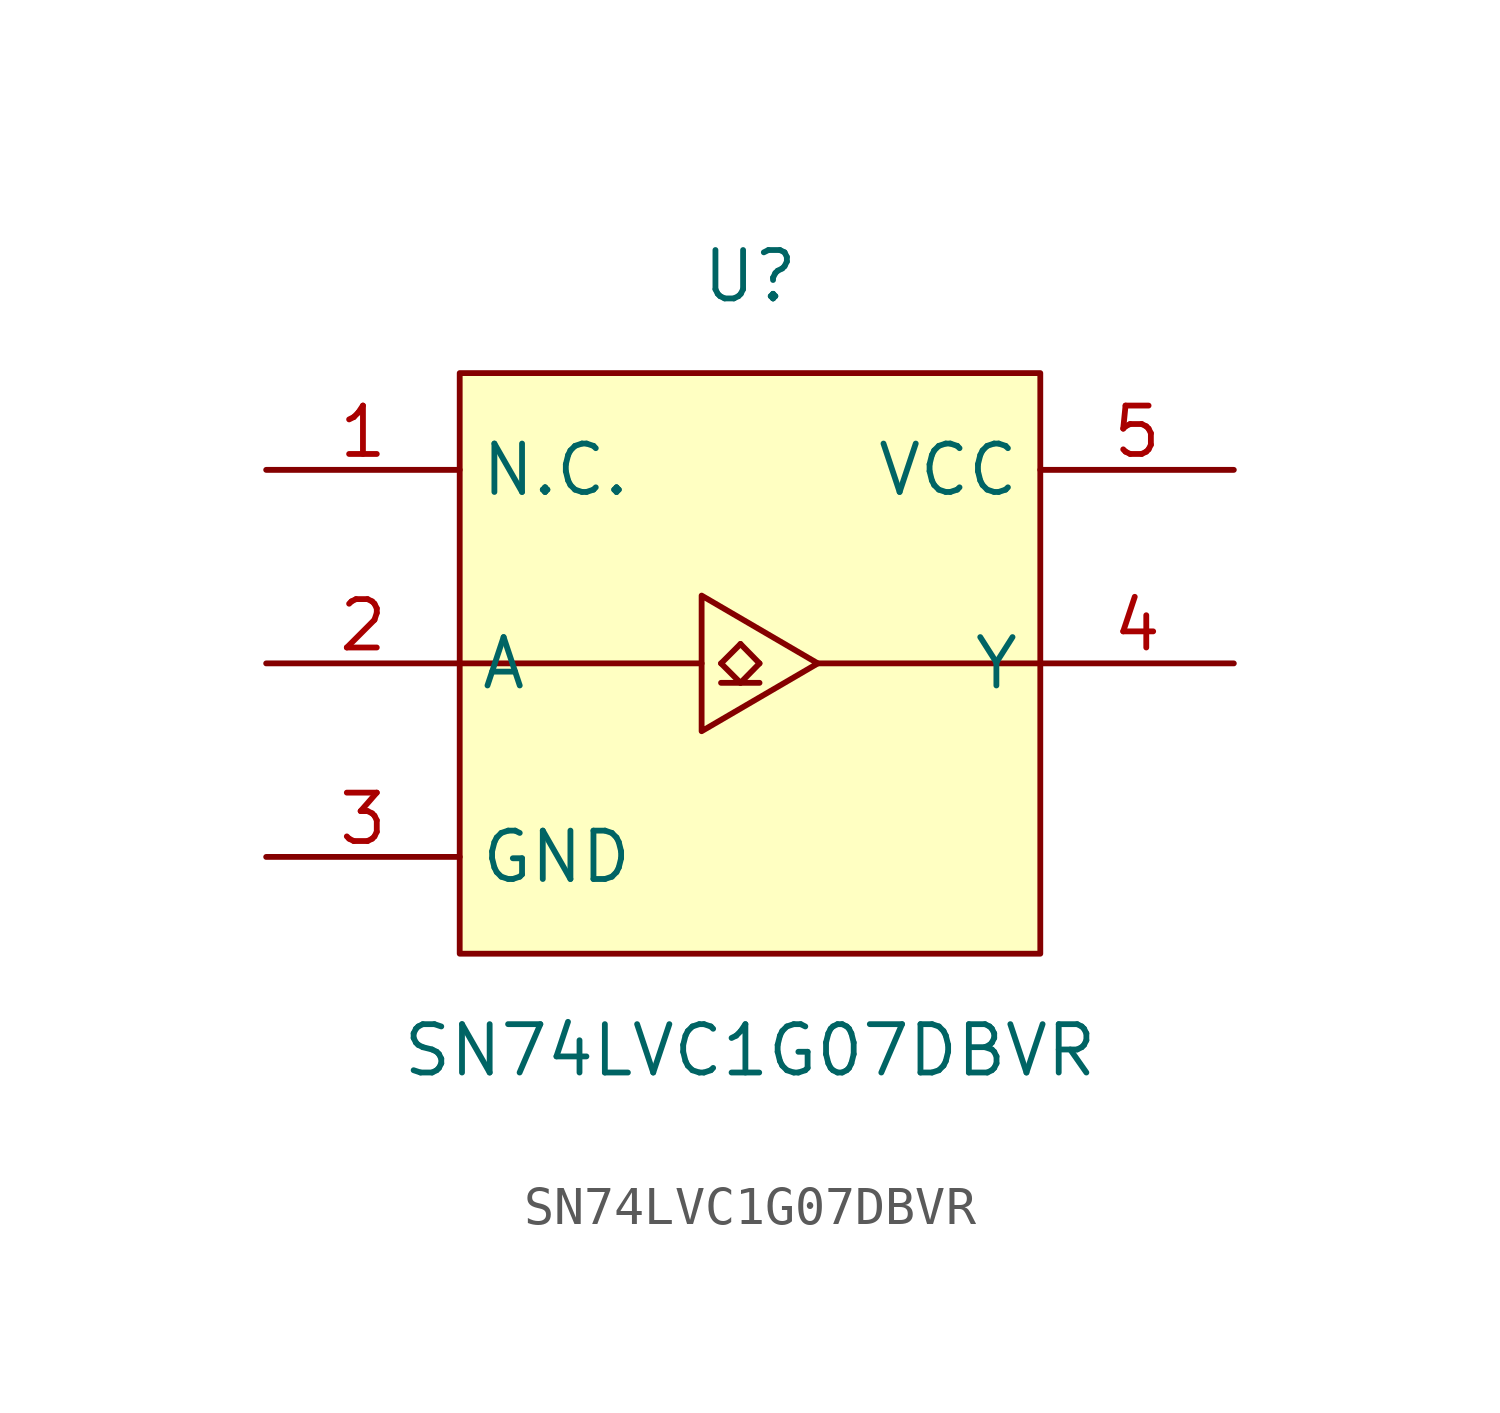
<source format=kicad_sym>
(kicad_symbol_lib
  (version 1)
  (generator "faebryk")
  (symbol "SN74LVC1G07DBVR"
    (property "Reference" "U"
      (at 0 10.16 0)
      (effects (font (size 1.27 1.27)) (hide no)))
    (property "Value" "SN74LVC1G07DBVR"
      (at 0 -10.16 0)
      (effects (font (size 1.27 1.27)) (hide no)))
    (symbol "SN74LVC1G07DBVR_0_1"
      (polyline (stroke (width 0) (type default) (color 0 0 0 0)) (fill (type background)) (pts (xy -1.27 1.78) (xy -1.27 -1.78) (xy 1.78 0) (xy -1.27 1.78) (xy -1.27 1.78)))
      (polyline (stroke (width 0) (type default) (color 0 0 0 0)) (fill (type none)) (pts (xy -7.62 0) (xy -1.27 0)))
      (polyline (stroke (width 0) (type default) (color 0 0 0 0)) (fill (type none)) (pts (xy 1.78 0) (xy 7.62 0)))
      (polyline (stroke (width 0) (type default) (color 0 0 0 0)) (fill (type none)) (pts (xy -0.76 0) (xy -0.25 0.51)))
      (polyline (stroke (width 0) (type default) (color 0 0 0 0)) (fill (type none)) (pts (xy 0.25 0) (xy -0.25 0.51)))
      (polyline (stroke (width 0) (type default) (color 0 0 0 0)) (fill (type none)) (pts (xy 0.25 0) (xy -0.25 -0.51)))
      (polyline (stroke (width 0) (type default) (color 0 0 0 0)) (fill (type none)) (pts (xy -0.25 -0.51) (xy -0.76 0)))
      (polyline (stroke (width 0) (type default) (color 0 0 0 0)) (fill (type none)) (pts (xy 0.25 -0.51) (xy -0.76 -0.51)))
      (rectangle (start -7.62 7.62) (end 7.62 -7.62) (stroke (width 0) (type default) (color 0 0 0 0)) (fill (type background)))
      (pin unspecified line (at -12.7 0 0) (length 5.08) (name "A" (effects (font (size 1.27 1.27)) (hide no))) (number "2" (effects (font (size 1.27 1.27)) (hide no))))
      (pin unspecified line (at -12.7 -5.08 0) (length 5.08) (name "GND" (effects (font (size 1.27 1.27)) (hide no))) (number "3" (effects (font (size 1.27 1.27)) (hide no))))
      (pin unspecified line (at 12.7 5.08 180) (length 5.08) (name "VCC" (effects (font (size 1.27 1.27)) (hide no))) (number "5" (effects (font (size 1.27 1.27)) (hide no))))
      (pin unspecified line (at 12.7 0 180) (length 5.08) (name "Y" (effects (font (size 1.27 1.27)) (hide no))) (number "4" (effects (font (size 1.27 1.27)) (hide no))))
      (pin unspecified line (at -12.7 5.08 0) (length 5.08) (name "N.C." (effects (font (size 1.27 1.27)) (hide no))) (number "1" (effects (font (size 1.27 1.27)) (hide no)))))))
</source>
